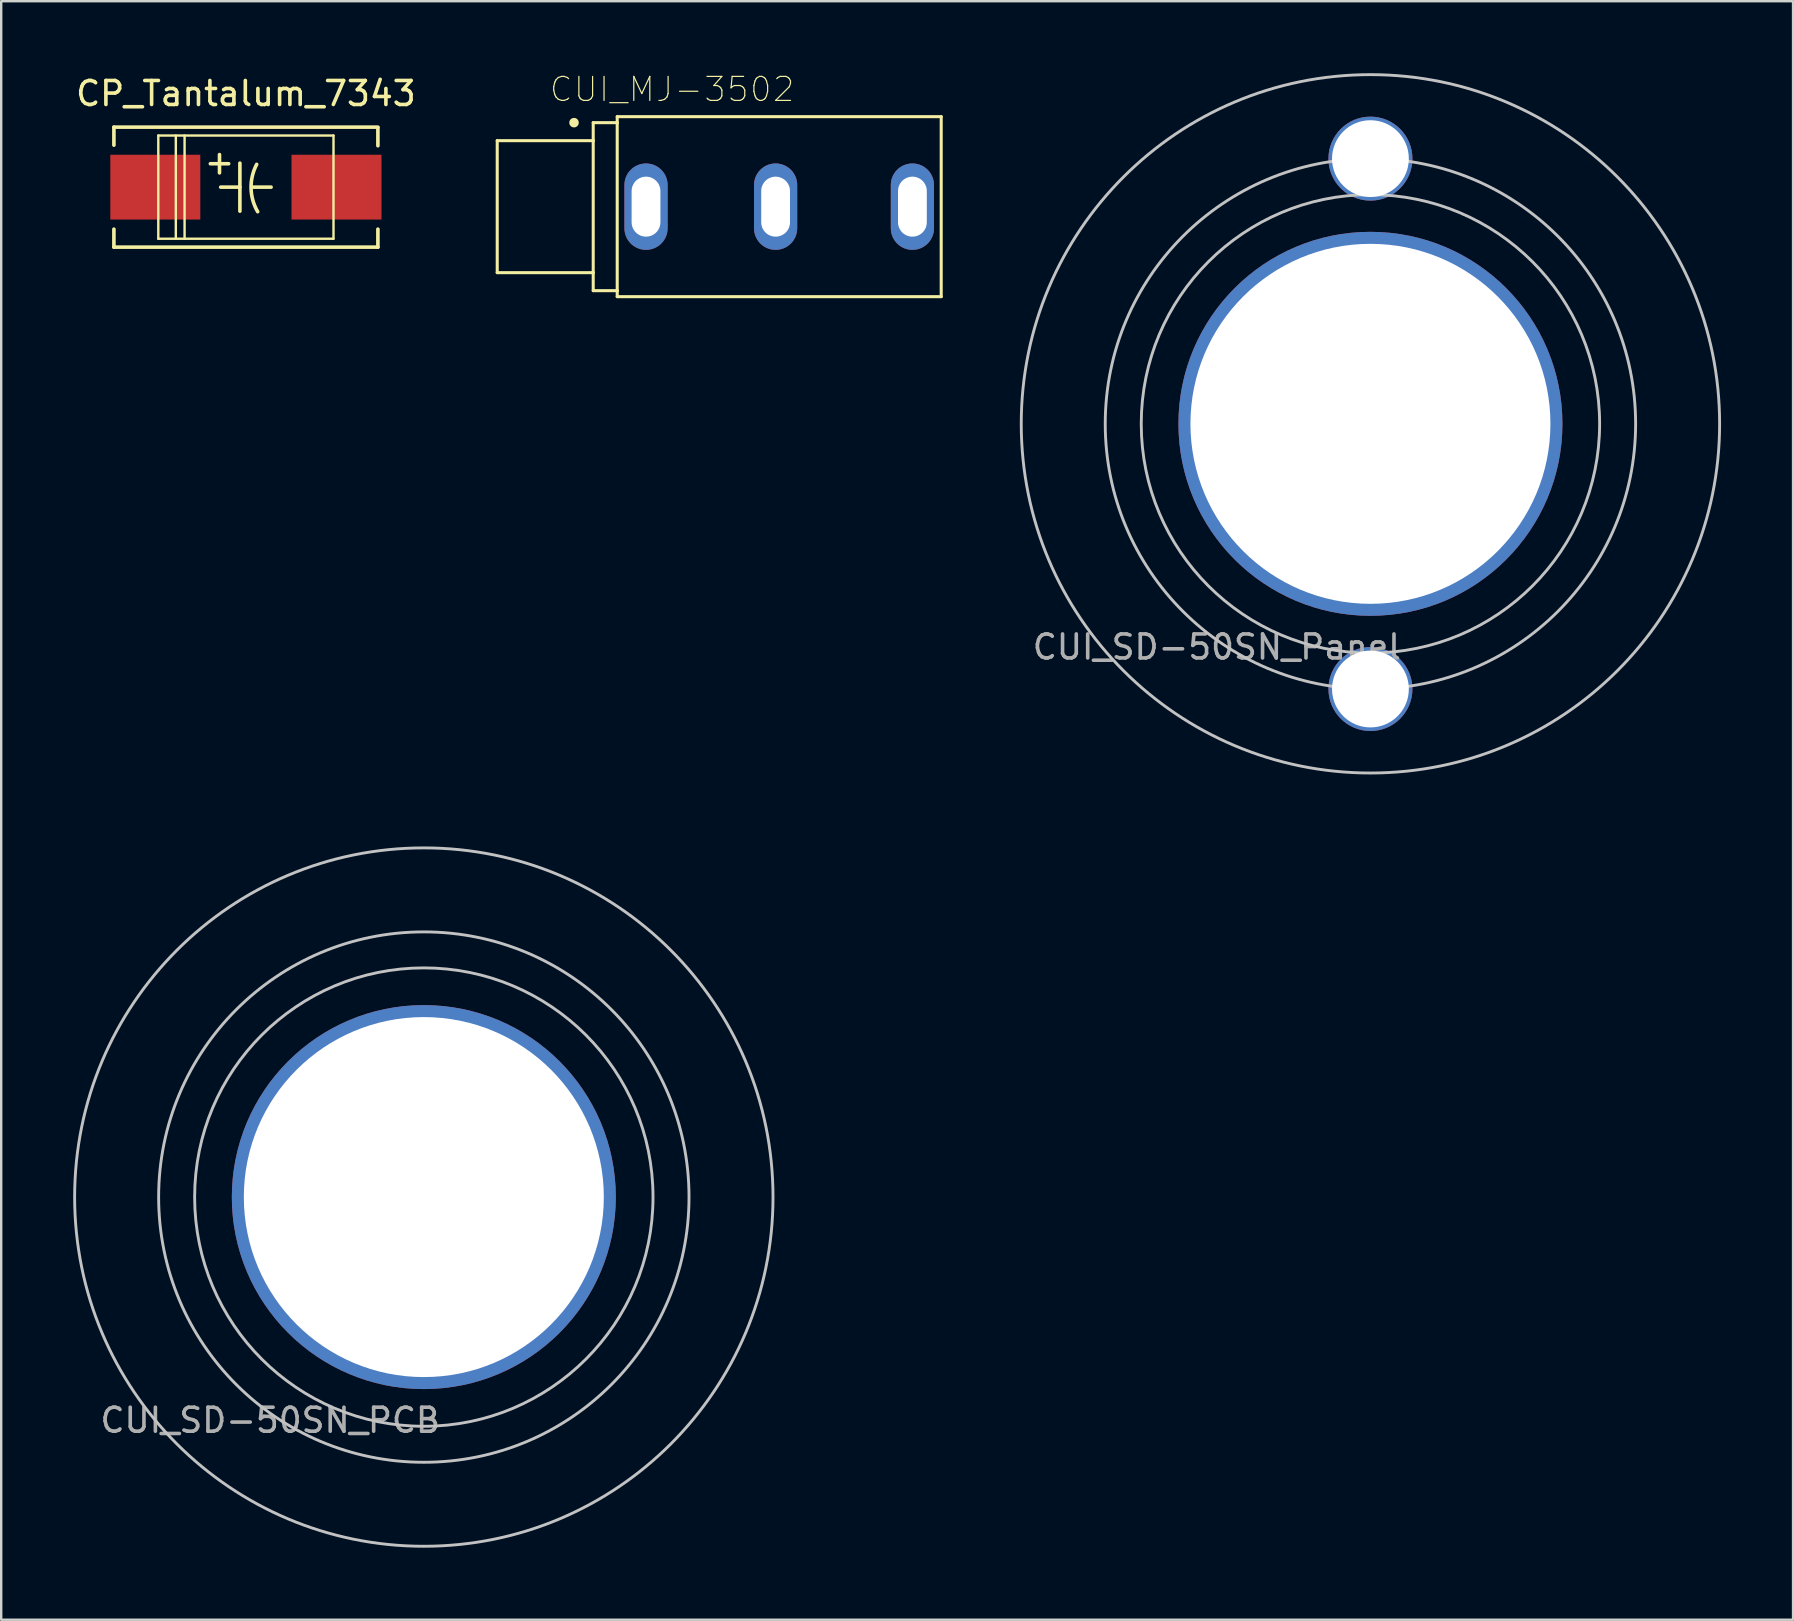
<source format=kicad_pcb>
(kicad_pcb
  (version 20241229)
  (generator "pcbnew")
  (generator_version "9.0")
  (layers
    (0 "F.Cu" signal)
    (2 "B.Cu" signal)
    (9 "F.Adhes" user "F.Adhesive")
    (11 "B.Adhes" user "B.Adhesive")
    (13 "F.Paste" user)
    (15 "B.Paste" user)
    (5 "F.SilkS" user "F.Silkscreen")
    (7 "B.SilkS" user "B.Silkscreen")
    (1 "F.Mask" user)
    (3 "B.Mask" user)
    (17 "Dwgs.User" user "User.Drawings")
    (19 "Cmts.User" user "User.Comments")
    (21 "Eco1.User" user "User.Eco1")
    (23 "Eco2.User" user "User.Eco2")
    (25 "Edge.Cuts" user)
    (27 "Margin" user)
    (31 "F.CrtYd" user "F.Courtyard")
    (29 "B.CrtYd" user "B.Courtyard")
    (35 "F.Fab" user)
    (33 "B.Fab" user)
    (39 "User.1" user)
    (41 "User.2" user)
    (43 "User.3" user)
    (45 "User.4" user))
  (footprint "CUI_SD-50SN_PCB"
    (layer "F.Cu")
    (at 14.61 46.83)
    (property "Reference" "CUI_SD-50SN_PCB" (at -6.4 9.3 0) (layer "F.Fab") (effects (font (size 1 1) (thickness 0.15))))
    (attr through_hole)
    (fp_circle (center 0 0) (end 9.55 0) (stroke (width 0.12) (type solid)) (fill no) (layer "Dwgs.User"))
    (fp_circle (center 0 0) (end 11.05 0) (stroke (width 0.12) (type solid)) (fill no) (layer "Dwgs.User"))
    (fp_circle (center 0 0) (end 14.55 0) (stroke (width 0.12) (type solid)) (fill no) (layer "Dwgs.User"))
    (pad "" thru_hole circle (at 0 0) (size 16 16) (drill 15) (layers "*.Cu" "*.Mask")))
  (footprint "CUI_MJ-3502"
    (layer "F.Cu")
    (at 29.418 5.561)
    (property "Reference" "CUI_MJ-3502" (at -4.463 -4.888 0) (layer "F.SilkS") (effects (font (size 1.001 1.001) (thickness 0.05))))
    (attr through_hole)
    (fp_line (start -11.75 -2.75) (end -11.75 2.75) (stroke (width 0.127) (type solid)) (layer "F.SilkS"))
    (fp_line (start -11.75 2.75) (end -7.75 2.75) (stroke (width 0.127) (type solid)) (layer "F.SilkS"))
    (fp_line (start -7.75 -3.5) (end -7.75 -2.75) (stroke (width 0.127) (type solid)) (layer "F.SilkS"))
    (fp_line (start -7.75 -2.75) (end -11.75 -2.75) (stroke (width 0.127) (type solid)) (layer "F.SilkS"))
    (fp_line (start -7.75 -2.75) (end -7.75 2.75) (stroke (width 0.127) (type solid)) (layer "F.SilkS"))
    (fp_line (start -7.75 2.75) (end -7.75 3.5) (stroke (width 0.127) (type solid)) (layer "F.SilkS"))
    (fp_line (start -7.75 3.5) (end -6.75 3.5) (stroke (width 0.127) (type solid)) (layer "F.SilkS"))
    (fp_line (start -6.75 -3.75) (end 6.75 -3.75) (stroke (width 0.127) (type solid)) (layer "F.SilkS"))
    (fp_line (start -6.75 -3.5) (end -7.75 -3.5) (stroke (width 0.127) (type solid)) (layer "F.SilkS"))
    (fp_line (start -6.75 -3.5) (end -6.75 -3.75) (stroke (width 0.127) (type solid)) (layer "F.SilkS"))
    (fp_line (start -6.75 3.5) (end -6.75 -3.5) (stroke (width 0.127) (type solid)) (layer "F.SilkS"))
    (fp_line (start -6.75 3.75) (end -6.75 3.5) (stroke (width 0.127) (type solid)) (layer "F.SilkS"))
    (fp_line (start 6.75 -3.75) (end 6.75 3.75) (stroke (width 0.127) (type solid)) (layer "F.SilkS"))
    (fp_line (start 6.75 3.75) (end -6.75 3.75) (stroke (width 0.127) (type solid)) (layer "F.SilkS"))
    (fp_circle (center -8.55 -3.5) (end -8.45 -3.5) (stroke (width 0.2) (type solid)) (fill no) (layer "F.SilkS"))
    (fp_line (start -12 -3) (end -8 -3) (stroke (width 0.05) (type solid)) (layer "Eco1.User"))
    (fp_line (start -12 3) (end -12 -3) (stroke (width 0.05) (type solid)) (layer "Eco1.User"))
    (fp_line (start -8 -4) (end 7 -4) (stroke (width 0.05) (type solid)) (layer "Eco1.User"))
    (fp_line (start -8 -3) (end -8 -4) (stroke (width 0.05) (type solid)) (layer "Eco1.User"))
    (fp_line (start -8 3) (end -12 3) (stroke (width 0.05) (type solid)) (layer "Eco1.User"))
    (fp_line (start -8 4) (end -8 3) (stroke (width 0.05) (type solid)) (layer "Eco1.User"))
    (fp_line (start 7 -4) (end 7 4) (stroke (width 0.05) (type solid)) (layer "Eco1.User"))
    (fp_line (start 7 4) (end -8 4) (stroke (width 0.05) (type solid)) (layer "Eco1.User"))
    (fp_line (start -11.75 -2.75) (end -11.75 2.75) (stroke (width 0.127) (type solid)) (layer "Eco2.User"))
    (fp_line (start -11.75 2.75) (end -7.8 2.75) (stroke (width 0.127) (type solid)) (layer "Eco2.User"))
    (fp_line (start -7.75 -3.5) (end -7.75 -2.75) (stroke (width 0.127) (type solid)) (layer "Eco2.User"))
    (fp_line (start -7.75 -2.75) (end -11.75 -2.75) (stroke (width 0.127) (type solid)) (layer "Eco2.User"))
    (fp_line (start -7.75 -2.75) (end -7.75 3.5) (stroke (width 0.127) (type solid)) (layer "Eco2.User"))
    (fp_line (start -7.75 3.5) (end -6.75 3.5) (stroke (width 0.127) (type solid)) (layer "Eco2.User"))
    (fp_line (start -6.75 -3.75) (end 6.75 -3.75) (stroke (width 0.127) (type solid)) (layer "Eco2.User"))
    (fp_line (start -6.75 -3.5) (end -7.75 -3.5) (stroke (width 0.127) (type solid)) (layer "Eco2.User"))
    (fp_line (start -6.75 -3.5) (end -6.75 -3.75) (stroke (width 0.127) (type solid)) (layer "Eco2.User"))
    (fp_line (start -6.75 3.75) (end -6.75 3.5) (stroke (width 0.127) (type solid)) (layer "Eco2.User"))
    (fp_line (start 6.75 -3.75) (end 6.75 3.75) (stroke (width 0.127) (type solid)) (layer "Eco2.User"))
    (fp_line (start -6.15 -0.65) (end -6.15 0.65) (stroke (width 0.0001) (type solid)) (layer "Edge.Cuts"))
    (fp_line (start -4.95 0.65) (end -4.95 -0.65) (stroke (width 0.0001) (type solid)) (layer "Edge.Cuts"))
    (fp_line (start -0.75 -0.65) (end -0.75 0.65) (stroke (width 0.0001) (type solid)) (layer "Edge.Cuts"))
    (fp_line (start 0.45 0.65) (end 0.45 -0.65) (stroke (width 0.0001) (type solid)) (layer "Edge.Cuts"))
    (fp_line (start 4.95 -0.65) (end 4.95 0.65) (stroke (width 0.0001) (type solid)) (layer "Edge.Cuts"))
    (fp_line (start 6.15 0.65) (end 6.15 -0.65) (stroke (width 0.0001) (type solid)) (layer "Edge.Cuts"))
    (fp_arc (start -6.15 -0.65) (mid -5.974264 -1.074264) (end -5.55 -1.25) (stroke (width 0.0001) (type solid)) (layer "Edge.Cuts"))
    (fp_arc (start -5.55 -1.25) (mid -5.125736 -1.074264) (end -4.95 -0.65) (stroke (width 0.0001) (type solid)) (layer "Edge.Cuts"))
    (fp_arc (start -5.55 1.25) (mid -5.974264 1.074264) (end -6.15 0.65) (stroke (width 0.0001) (type solid)) (layer "Edge.Cuts"))
    (fp_arc (start -4.95 0.65) (mid -5.125736 1.074264) (end -5.55 1.25) (stroke (width 0.0001) (type solid)) (layer "Edge.Cuts"))
    (fp_arc (start -0.75 -0.65) (mid -0.574264 -1.074264) (end -0.15 -1.25) (stroke (width 0.0001) (type solid)) (layer "Edge.Cuts"))
    (fp_arc (start -0.15 -1.25) (mid 0.274264 -1.074264) (end 0.45 -0.65) (stroke (width 0.0001) (type solid)) (layer "Edge.Cuts"))
    (fp_arc (start -0.15 1.25) (mid -0.574264 1.074264) (end -0.75 0.65) (stroke (width 0.0001) (type solid)) (layer "Edge.Cuts"))
    (fp_arc (start 0.45 0.65) (mid 0.274264 1.074264) (end -0.15 1.25) (stroke (width 0.0001) (type solid)) (layer "Edge.Cuts"))
    (fp_arc (start 4.95 -0.65) (mid 5.125736 -1.074264) (end 5.55 -1.25) (stroke (width 0.0001) (type solid)) (layer "Edge.Cuts"))
    (fp_arc (start 5.55 -1.25) (mid 5.974264 -1.074264) (end 6.15 -0.65) (stroke (width 0.0001) (type solid)) (layer "Edge.Cuts"))
    (fp_arc (start 5.55 1.25) (mid 5.125736 1.074264) (end 4.95 0.65) (stroke (width 0.0001) (type solid)) (layer "Edge.Cuts"))
    (fp_arc (start 6.15 0.65) (mid 5.974264 1.074264) (end 5.55 1.25) (stroke (width 0.0001) (type solid)) (layer "Edge.Cuts"))
    (pad "1" thru_hole oval (at -5.55 0 90) (size 3.6 1.8) (drill oval 2.5 1.2) (layers "*.Cu" "*.Mask"))
    (pad "2" thru_hole oval (at -0.15 0 90) (size 3.6 1.8) (drill oval 2.5 1.2) (layers "*.Cu" "*.Mask"))
    (pad "3" thru_hole oval (at 5.55 0 90) (size 3.6 1.8) (drill oval 2.5 1.2) (layers "*.Cu" "*.Mask")))
  (footprint "CP_Tantalum_7343"
    (layer "F.Cu")
    (at 7.196 4.748)
    (property "Reference" "CP_Tantalum_7343" (at 0 -3.9 0) (layer "F.SilkS") (effects (font (size 1 1) (thickness 0.15))))
    (attr smd)
    (fp_line (start -5.5 -2.5) (end -5.5 -1.75) (stroke (width 0.15) (type solid)) (layer "F.SilkS"))
    (fp_line (start -5.5 1.75) (end -5.5 2.5) (stroke (width 0.15) (type solid)) (layer "F.SilkS"))
    (fp_line (start -3.65 -2.15) (end -3.65 2.15) (stroke (width 0.1) (type solid)) (layer "F.SilkS"))
    (fp_line (start -3.65 2.15) (end 3.65 2.15) (stroke (width 0.1) (type solid)) (layer "F.SilkS"))
    (fp_line (start -2.92 -2.15) (end -2.92 2.15) (stroke (width 0.1) (type solid)) (layer "F.SilkS"))
    (fp_line (start -2.555 -2.15) (end -2.555 2.15) (stroke (width 0.1) (type solid)) (layer "F.SilkS"))
    (fp_line (start -1.05 0) (end -0.25 0) (stroke (width 0.15) (type solid)) (layer "F.SilkS"))
    (fp_line (start -0.25 -1) (end -0.25 1) (stroke (width 0.15) (type solid)) (layer "F.SilkS"))
    (fp_line (start 0.25 0) (end 1.05 0) (stroke (width 0.15) (type solid)) (layer "F.SilkS"))
    (fp_line (start 3.65 -2.15) (end -3.65 -2.15) (stroke (width 0.1) (type solid)) (layer "F.SilkS"))
    (fp_line (start 3.65 2.15) (end 3.65 -2.15) (stroke (width 0.1) (type solid)) (layer "F.SilkS"))
    (fp_line (start 5.5 -2.5) (end -5.5 -2.5) (stroke (width 0.15) (type solid)) (layer "F.SilkS"))
    (fp_line (start 5.5 -2.475) (end 5.5 -1.725) (stroke (width 0.15) (type solid)) (layer "F.SilkS"))
    (fp_line (start 5.5 1.75) (end 5.5 2.5) (stroke (width 0.15) (type solid)) (layer "F.SilkS"))
    (fp_line (start 5.5 2.5) (end -5.5 2.5) (stroke (width 0.15) (type solid)) (layer "F.SilkS"))
    (fp_arc (start 0.4905 1.023063) (mid 0.215116 0.041769) (end 0.45 -0.95) (stroke (width 0.15) (type solid)) (layer "F.SilkS"))
    (fp_text user "+" (at -1.1 -1.05 0) (layer "F.SilkS") (effects (font (size 1 1) (thickness 0.15))))
    (pad "1" smd rect (at -3.775 0) (size 3.75 2.7) (layers "F.Cu" "F.Mask" "F.Paste"))
    (pad "2" smd rect (at 3.775 0) (size 3.75 2.7) (layers "F.Cu" "F.Mask" "F.Paste")))
  (footprint "CUI_SD-50SN_Panel"
    (layer "F.Cu")
    (at 54.053 14.61)
    (property "Reference" "CUI_SD-50SN_Panel" (at -6.4 9.3 0) (layer "F.Fab") (effects (font (size 1 1) (thickness 0.15))))
    (attr through_hole)
    (fp_circle (center 0 0) (end 9.55 0) (stroke (width 0.12) (type solid)) (fill no) (layer "Dwgs.User"))
    (fp_circle (center 0 0) (end 11.05 0) (stroke (width 0.12) (type solid)) (fill no) (layer "Dwgs.User"))
    (fp_circle (center 0 0) (end 14.55 0) (stroke (width 0.12) (type solid)) (fill no) (layer "Dwgs.User"))
    (pad "" thru_hole circle (at 0 -11.05) (size 3.5 3.5) (drill 3.2) (layers "*.Cu" "*.Mask"))
    (pad "" thru_hole circle (at 0 0) (size 16 16) (drill 15) (layers "*.Cu" "*.Mask"))
    (pad "" thru_hole circle (at 0 11.05) (size 3.5 3.5) (drill 3.2) (layers "*.Cu" "*.Mask")))
  (gr_rect
    (start -3 -3)
    (end 71.663 64.44)
    (stroke (width 0.1) (type default))
    (fill no)
    (layer "Edge.Cuts")))
</source>
